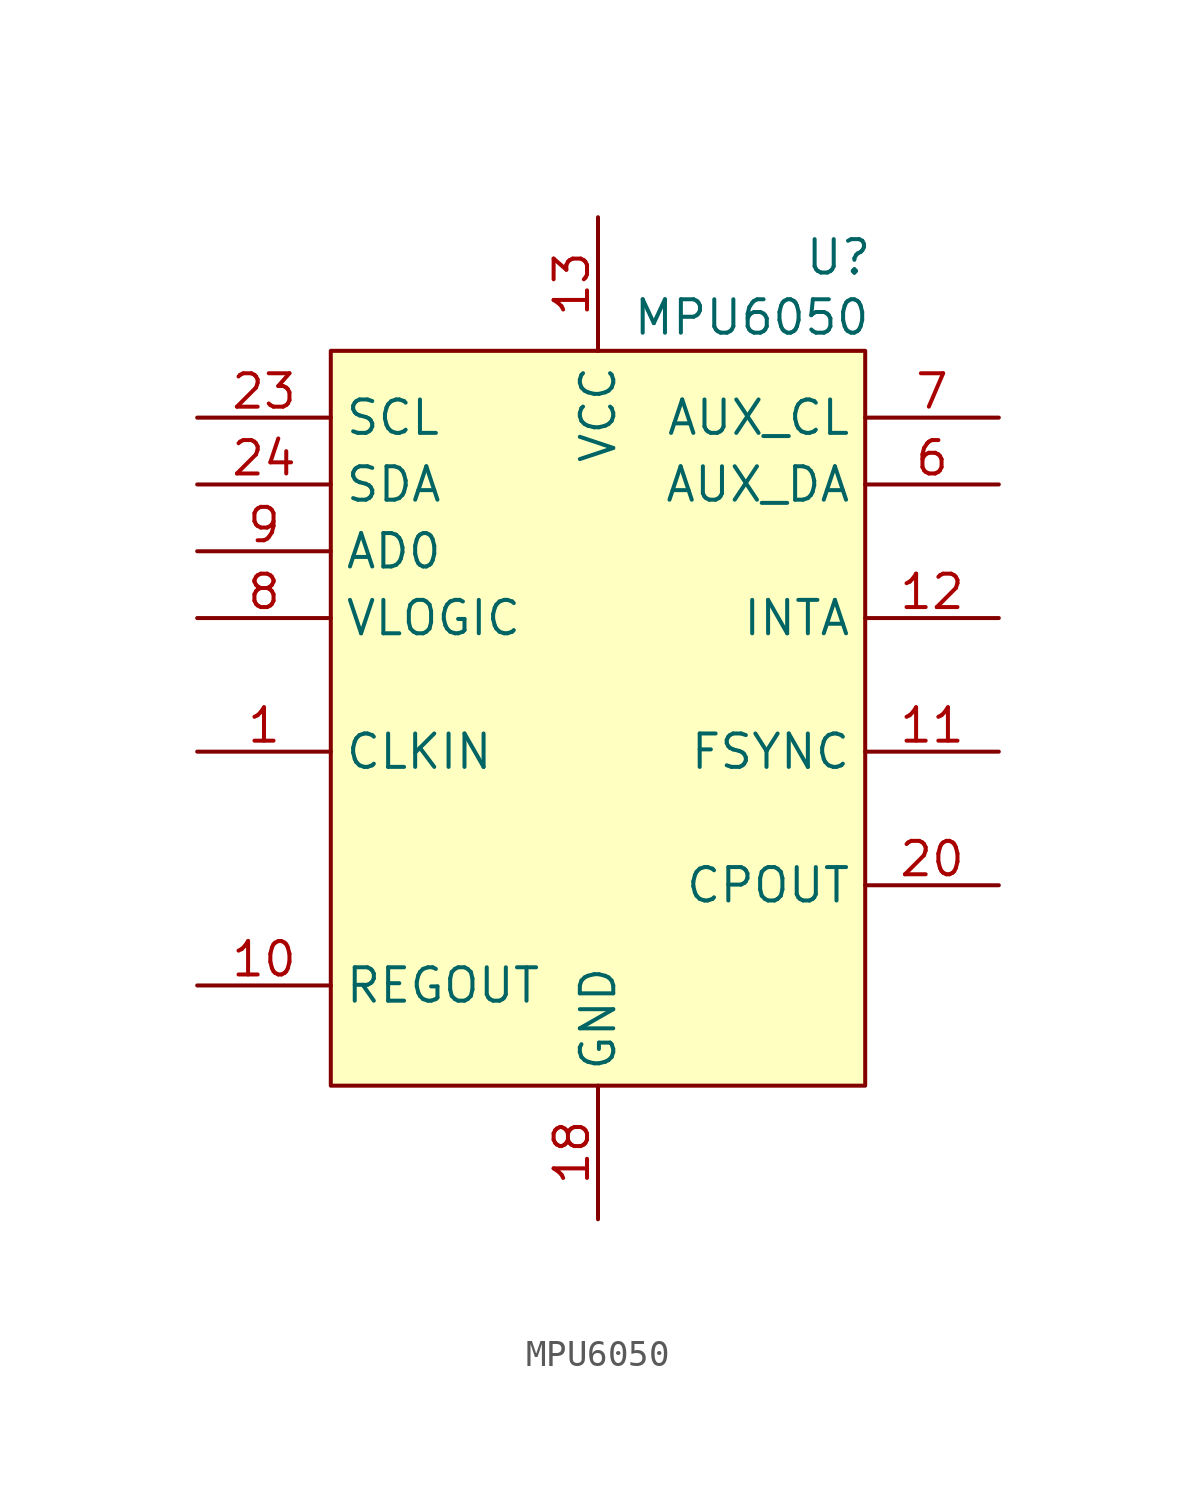
<source format=kicad_sym>
(kicad_symbol_lib
  (version 20231120)
  (generator "kicad_symbol_editor")
  (generator_version "8.0")
  (symbol "MPU6050"
    (property "Reference" "U"
      (at 19.304 31.496 0)
      (effects (font (size 1.27 1.27))))
    (property "Value" "MPU6050"
      (at 16.002 29.21 0)
      (effects (font (size 1.27 1.27))))
    (symbol "MPU6050_1_1"
      (rectangle (start 0 27.94) (end 20.32 0) (stroke (width 0) (type default)) (fill (type background)))
      (pin input line (at -5.08 12.7 0) (length 5.08) (name "CLKIN" (effects (font (size 1.27 1.27)))) (number "1" (effects (font (size 1.27 1.27)))))
      (pin input line (at -5.08 3.81 0) (length 5.08) (name "REGOUT" (effects (font (size 1.27 1.27)))) (number "10" (effects (font (size 1.27 1.27)))))
      (pin input line (at 25.4 12.7 180) (length 5.08) (name "FSYNC" (effects (font (size 1.27 1.27)))) (number "11" (effects (font (size 1.27 1.27)))))
      (pin input line (at 25.4 17.78 180) (length 5.08) (name "INTA" (effects (font (size 1.27 1.27)))) (number "12" (effects (font (size 1.27 1.27)))))
      (pin input line (at 10.16 33.02 270) (length 5.08) (name "VCC" (effects (font (size 1.27 1.27)))) (number "13" (effects (font (size 1.27 1.27)))))
      (pin input line (at 10.16 -5.08 90) (length 5.08) (name "GND" (effects (font (size 1.27 1.27)))) (number "18" (effects (font (size 1.27 1.27)))))
      (pin input line (at 25.4 7.62 180) (length 5.08) (name "CPOUT" (effects (font (size 1.27 1.27)))) (number "20" (effects (font (size 1.27 1.27)))))
      (pin input line (at -5.08 25.4 0) (length 5.08) (name "SCL" (effects (font (size 1.27 1.27)))) (number "23" (effects (font (size 1.27 1.27)))))
      (pin input line (at -5.08 22.86 0) (length 5.08) (name "SDA" (effects (font (size 1.27 1.27)))) (number "24" (effects (font (size 1.27 1.27)))))
      (pin input line (at 25.4 22.86 180) (length 5.08) (name "AUX_DA" (effects (font (size 1.27 1.27)))) (number "6" (effects (font (size 1.27 1.27)))))
      (pin input line (at 25.4 25.4 180) (length 5.08) (name "AUX_CL" (effects (font (size 1.27 1.27)))) (number "7" (effects (font (size 1.27 1.27)))))
      (pin input line (at -5.08 17.78 0) (length 5.08) (name "VLOGIC" (effects (font (size 1.27 1.27)))) (number "8" (effects (font (size 1.27 1.27)))))
      (pin input line (at -5.08 20.32 0) (length 5.08) (name "AD0" (effects (font (size 1.27 1.27)))) (number "9" (effects (font (size 1.27 1.27))))))))
</source>
